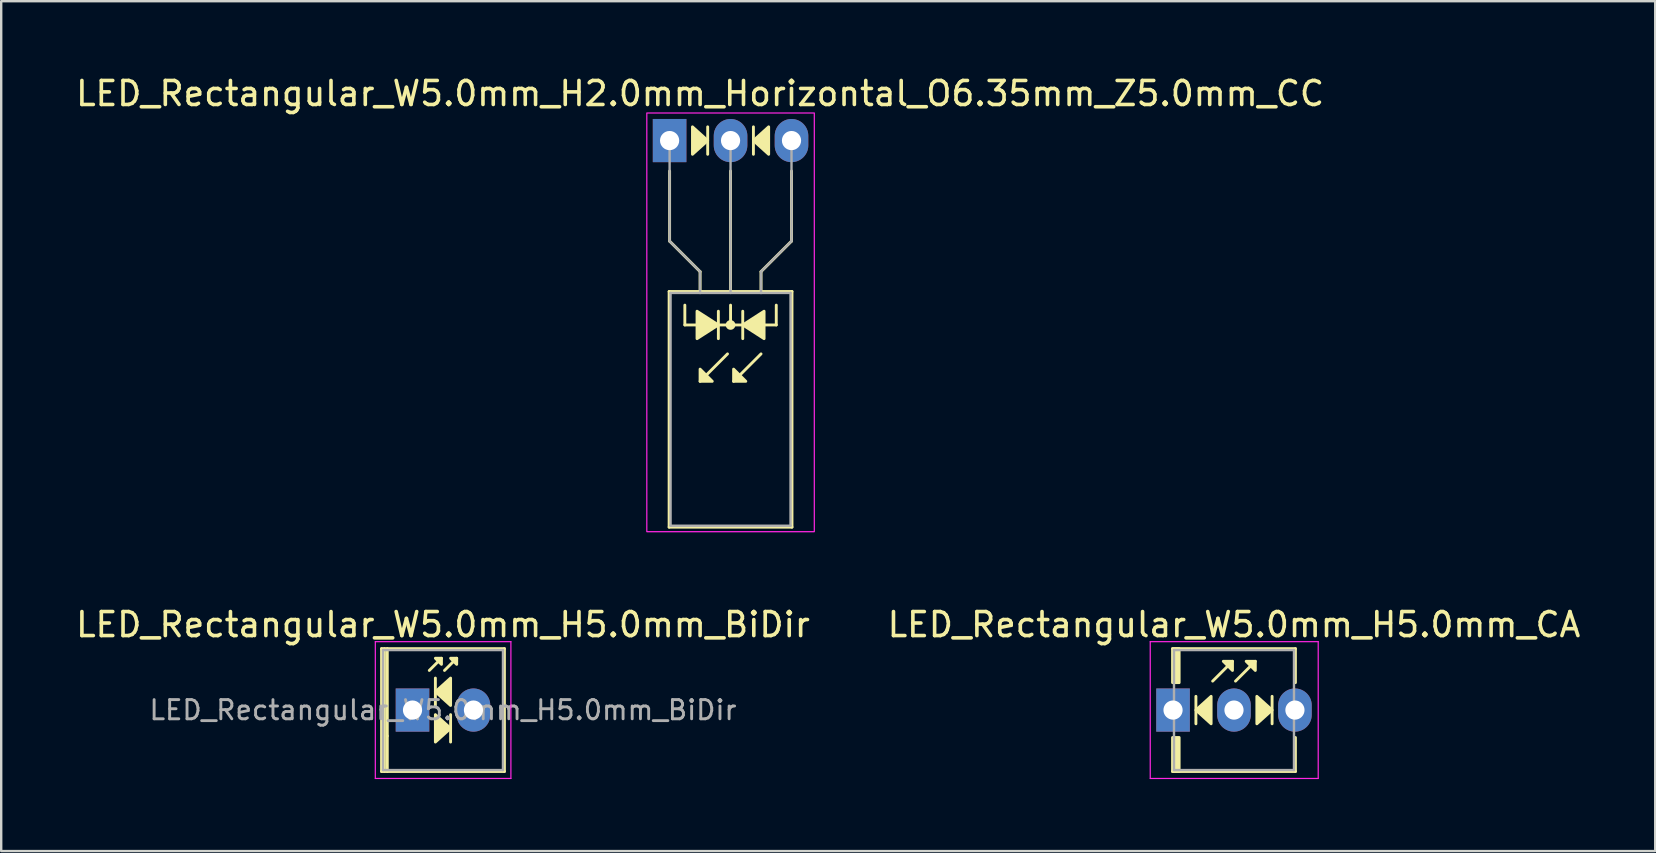
<source format=kicad_pcb>
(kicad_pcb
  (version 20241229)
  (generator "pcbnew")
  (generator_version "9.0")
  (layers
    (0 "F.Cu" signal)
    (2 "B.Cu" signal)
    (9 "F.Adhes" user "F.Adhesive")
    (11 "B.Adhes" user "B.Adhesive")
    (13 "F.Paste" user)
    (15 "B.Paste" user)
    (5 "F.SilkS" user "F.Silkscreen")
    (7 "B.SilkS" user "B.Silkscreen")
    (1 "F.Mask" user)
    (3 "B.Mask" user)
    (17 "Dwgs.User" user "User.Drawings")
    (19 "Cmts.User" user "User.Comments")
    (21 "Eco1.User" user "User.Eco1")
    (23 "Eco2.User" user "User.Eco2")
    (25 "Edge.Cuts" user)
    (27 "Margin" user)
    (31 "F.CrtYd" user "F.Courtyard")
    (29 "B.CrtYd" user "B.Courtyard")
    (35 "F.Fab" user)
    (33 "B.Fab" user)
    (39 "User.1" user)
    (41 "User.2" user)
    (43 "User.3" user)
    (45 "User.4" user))
  (footprint "LED_Rectangular_W5.0mm_H2.0mm_Horizontal_O6.35mm_Z5.0mm_CC"
    (layer "F.Cu")
    (at 24.855 2.808)
    (property "Reference" "LED_Rectangular_W5.0mm_H2.0mm_Horizontal_O6.35mm_Z5.0mm_CC" (at 1.27 -1.96 0) (layer "F.SilkS") (effects (font (size 1 1) (thickness 0.15))))
    (fp_line (start -0.02 6.29) (end -0.02 16.11) (stroke (width 0.12) (type solid)) (layer "F.SilkS"))
    (fp_line (start -0.02 16.11) (end 5.1 16.11) (stroke (width 0.12) (type solid)) (layer "F.SilkS"))
    (fp_line (start 0 1.27) (end 0 4.191) (stroke (width 0.12) (type default)) (layer "F.SilkS"))
    (fp_line (start 0 4.191) (end 1.27 5.461) (stroke (width 0.12) (type default)) (layer "F.SilkS"))
    (fp_line (start 0.635 7.684) (end 0.635 6.858) (stroke (width 0.12) (type default)) (layer "F.SilkS"))
    (fp_line (start 0.635 7.684) (end 4.445 7.684) (stroke (width 0.12) (type default)) (layer "F.SilkS"))
    (fp_line (start 1.27 5.461) (end 1.27 6.29) (stroke (width 0.12) (type default)) (layer "F.SilkS"))
    (fp_line (start 1.27 6.29) (end 1.27 6.29) (stroke (width 0.12) (type solid)) (layer "F.SilkS"))
    (fp_line (start 1.587 0.572) (end 1.587 -0.572) (stroke (width 0.12) (type solid)) (layer "F.SilkS"))
    (fp_line (start 2.032 8.255) (end 2.032 7.112) (stroke (width 0.12) (type solid)) (layer "F.SilkS"))
    (fp_line (start 2.413 8.89) (end 1.27 10.033) (stroke (width 0.12) (type solid)) (layer "F.SilkS"))
    (fp_line (start 2.54 6.29) (end 2.54 1.27) (stroke (width 0.12) (type default)) (layer "F.SilkS"))
    (fp_line (start 2.54 7.684) (end 2.54 6.858) (stroke (width 0.12) (type default)) (layer "F.SilkS"))
    (fp_line (start 3.048 7.112) (end 3.048 8.255) (stroke (width 0.12) (type solid)) (layer "F.SilkS"))
    (fp_line (start 3.493 -0.572) (end 3.493 0.572) (stroke (width 0.12) (type solid)) (layer "F.SilkS"))
    (fp_line (start 3.81 5.461) (end 3.81 6.29) (stroke (width 0.12) (type default)) (layer "F.SilkS"))
    (fp_line (start 3.81 6.29) (end 3.81 6.29) (stroke (width 0.12) (type solid)) (layer "F.SilkS"))
    (fp_line (start 3.81 8.89) (end 2.667 10.033) (stroke (width 0.12) (type solid)) (layer "F.SilkS"))
    (fp_line (start 4.445 7.684) (end 4.445 6.858) (stroke (width 0.12) (type default)) (layer "F.SilkS"))
    (fp_line (start 5.08 1.27) (end 5.08 4.191) (stroke (width 0.12) (type default)) (layer "F.SilkS"))
    (fp_line (start 5.08 4.191) (end 3.81 5.461) (stroke (width 0.12) (type default)) (layer "F.SilkS"))
    (fp_line (start 5.1 6.29) (end -0.02 6.29) (stroke (width 0.12) (type solid)) (layer "F.SilkS"))
    (fp_line (start 5.1 16.11) (end 5.1 6.29) (stroke (width 0.12) (type solid)) (layer "F.SilkS"))
    (fp_circle (center 2.54 7.684) (end 2.682 7.684) (stroke (width 0.12) (type solid)) (fill yes) (layer "F.SilkS"))
    (fp_poly (pts (xy 0.953 -0.572) (xy 1.587 0) (xy 0.953 0.572)) (stroke (width 0.12) (type solid)) (fill yes) (layer "F.SilkS"))
    (fp_poly (pts (xy 1.143 7.112) (xy 2.032 7.684) (xy 1.143 8.255)) (stroke (width 0.12) (type solid)) (fill yes) (layer "F.SilkS"))
    (fp_poly (pts (xy 1.27 9.525) (xy 1.778 10.033) (xy 1.27 10.033)) (stroke (width 0.12) (type solid)) (fill yes) (layer "F.SilkS"))
    (fp_poly (pts (xy 2.667 9.525) (xy 3.175 10.033) (xy 2.667 10.033)) (stroke (width 0.12) (type solid)) (fill yes) (layer "F.SilkS"))
    (fp_poly (pts (xy 3.937 8.255) (xy 3.048 7.684) (xy 3.937 7.112)) (stroke (width 0.12) (type solid)) (fill yes) (layer "F.SilkS"))
    (fp_poly (pts (xy 4.128 0.572) (xy 3.493 0) (xy 4.128 -0.572)) (stroke (width 0.12) (type solid)) (fill yes) (layer "F.SilkS"))
    (fp_rect (start -0.95 -1.15) (end 6.03 16.3) (stroke (width 0.05) (type default)) (fill no) (layer "F.CrtYd"))
    (fp_line (start 0 0) (end 0 0) (stroke (width 0.1) (type solid)) (layer "F.Fab"))
    (fp_line (start 0 4.191) (end 0 0) (stroke (width 0.1) (type default)) (layer "F.Fab"))
    (fp_line (start 0.04 6.35) (end 0.04 16.05) (stroke (width 0.1) (type solid)) (layer "F.Fab"))
    (fp_line (start 0.04 16.05) (end 5.04 16.05) (stroke (width 0.1) (type solid)) (layer "F.Fab"))
    (fp_line (start 1.27 5.461) (end 0 4.191) (stroke (width 0.1) (type default)) (layer "F.Fab"))
    (fp_line (start 1.27 5.461) (end 1.27 6.35) (stroke (width 0.1) (type default)) (layer "F.Fab"))
    (fp_line (start 1.27 6.35) (end 1.27 6.35) (stroke (width 0.1) (type solid)) (layer "F.Fab"))
    (fp_line (start 2.54 0) (end 2.54 0) (stroke (width 0.1) (type solid)) (layer "F.Fab"))
    (fp_line (start 2.54 0) (end 2.54 6.35) (stroke (width 0.1) (type default)) (layer "F.Fab"))
    (fp_line (start 3.81 5.461) (end 3.81 6.35) (stroke (width 0.1) (type default)) (layer "F.Fab"))
    (fp_line (start 3.81 5.461) (end 5.08 4.191) (stroke (width 0.1) (type default)) (layer "F.Fab"))
    (fp_line (start 3.81 6.35) (end 3.81 6.35) (stroke (width 0.1) (type solid)) (layer "F.Fab"))
    (fp_line (start 5.04 6.35) (end 0.04 6.35) (stroke (width 0.1) (type solid)) (layer "F.Fab"))
    (fp_line (start 5.04 16.05) (end 5.04 6.35) (stroke (width 0.1) (type solid)) (layer "F.Fab"))
    (fp_line (start 5.08 4.191) (end 5.08 0) (stroke (width 0.1) (type default)) (layer "F.Fab"))
    (pad "1" thru_hole rect (at 0 0) (size 1.4 1.8) (drill 0.8) (layers "*.Cu" "*.Mask"))
    (pad "2" thru_hole oval (at 2.54 0) (size 1.4 1.8) (drill 0.8) (layers "*.Cu" "*.Mask"))
    (pad "3" thru_hole oval (at 5.08 0) (size 1.4 1.8) (drill 0.8) (layers "*.Cu" "*.Mask")))
  (footprint "LED_Rectangular_W5.0mm_H5.0mm_CA"
    (layer "F.Cu")
    (at 45.835 26.541)
    (property "Reference" "LED_Rectangular_W5.0mm_H5.0mm_CA" (at 2.54 -3.56 0) (layer "F.SilkS") (effects (font (size 1 1) (thickness 0.15))))
    (fp_line (start -0.02 -2.56) (end 5.1 -2.56) (stroke (width 0.12) (type solid)) (layer "F.SilkS"))
    (fp_line (start -0.02 2.56) (end 5.1 2.56) (stroke (width 0.12) (type solid)) (layer "F.SilkS"))
    (fp_line (start 0.953 -0.572) (end 0.953 0.572) (stroke (width 0.12) (type solid)) (layer "F.SilkS"))
    (fp_line (start 1.651 -1.206) (end 2.477 -2.032) (stroke (width 0.12) (type solid)) (layer "F.SilkS"))
    (fp_line (start 2.603 -1.206) (end 3.429 -2.032) (stroke (width 0.12) (type solid)) (layer "F.SilkS"))
    (fp_line (start 4.128 0.572) (end 4.128 -0.572) (stroke (width 0.12) (type solid)) (layer "F.SilkS"))
    (fp_line (start 5.1 -2.56) (end 5.1 -1.143) (stroke (width 0.12) (type solid)) (layer "F.SilkS"))
    (fp_line (start 5.1 1.143) (end 5.1 2.56) (stroke (width 0.12) (type solid)) (layer "F.SilkS"))
    (fp_rect (start -0.02 -2.56) (end 0.254 -1.143) (stroke (width 0.12) (type solid)) (fill yes) (layer "F.SilkS"))
    (fp_rect (start -0.02 1.143) (end 0.254 2.56) (stroke (width 0.12) (type solid)) (fill yes) (layer "F.SilkS"))
    (fp_poly (pts (xy 1.587 0.572) (xy 0.953 0) (xy 1.587 -0.572)) (stroke (width 0.12) (type solid)) (fill yes) (layer "F.SilkS"))
    (fp_poly (pts (xy 2.477 -1.651) (xy 2.095 -2.032) (xy 2.477 -2.032)) (stroke (width 0.12) (type solid)) (fill yes) (layer "F.SilkS"))
    (fp_poly (pts (xy 3.429 -1.651) (xy 3.048 -2.032) (xy 3.429 -2.032)) (stroke (width 0.12) (type solid)) (fill yes) (layer "F.SilkS"))
    (fp_poly (pts (xy 3.493 -0.572) (xy 4.128 0) (xy 3.493 0.572)) (stroke (width 0.12) (type solid)) (fill yes) (layer "F.SilkS"))
    (fp_line (start -0.95 -2.85) (end -0.95 2.85) (stroke (width 0.05) (type solid)) (layer "F.CrtYd"))
    (fp_line (start -0.95 2.85) (end 6.05 2.85) (stroke (width 0.05) (type solid)) (layer "F.CrtYd"))
    (fp_line (start 6.05 -2.85) (end -0.95 -2.85) (stroke (width 0.05) (type solid)) (layer "F.CrtYd"))
    (fp_line (start 6.05 2.85) (end 6.05 -2.85) (stroke (width 0.05) (type solid)) (layer "F.CrtYd"))
    (fp_line (start 0.04 -2.5) (end 0.04 2.5) (stroke (width 0.1) (type solid)) (layer "F.Fab"))
    (fp_line (start 0.04 2.5) (end 5.04 2.5) (stroke (width 0.1) (type solid)) (layer "F.Fab"))
    (fp_line (start 5.04 -2.5) (end 0.04 -2.5) (stroke (width 0.1) (type solid)) (layer "F.Fab"))
    (fp_line (start 5.04 2.5) (end 5.04 -2.5) (stroke (width 0.1) (type solid)) (layer "F.Fab"))
    (pad "1" thru_hole rect (at 0 0) (size 1.4 1.8) (drill 0.8) (layers "*.Cu" "*.Mask"))
    (pad "2" thru_hole oval (at 2.54 0) (size 1.4 1.8) (drill 0.8) (layers "*.Cu" "*.Mask"))
    (pad "3" thru_hole oval (at 5.08 0) (size 1.4 1.8) (drill 0.8) (layers "*.Cu" "*.Mask")))
  (footprint "LED_Rectangular_W5.0mm_H5.0mm_BiDir"
    (layer "F.Cu")
    (at 14.141 26.541)
    (property "Reference" "LED_Rectangular_W5.0mm_H5.0mm_BiDir" (at 1.27 -3.56 0) (layer "F.SilkS") (effects (font (size 1 1) (thickness 0.15))))
    (fp_line (start -1.29 -2.56) (end -1.29 2.56) (stroke (width 0.12) (type solid)) (layer "F.SilkS"))
    (fp_line (start -1.29 -2.56) (end 3.83 -2.56) (stroke (width 0.12) (type solid)) (layer "F.SilkS"))
    (fp_line (start -1.29 2.56) (end 3.83 2.56) (stroke (width 0.12) (type solid)) (layer "F.SilkS"))
    (fp_line (start -1.17 -2.56) (end -1.17 2.56) (stroke (width 0.12) (type solid)) (layer "F.SilkS"))
    (fp_line (start -1.051 -2.56) (end -1.051 1.08) (stroke (width 0.12) (type solid)) (layer "F.SilkS"))
    (fp_line (start -1.051 1.08) (end -1.051 2.56) (stroke (width 0.12) (type solid)) (layer "F.SilkS"))
    (fp_line (start 0.699 -1.651) (end 1.206 -2.159) (stroke (width 0.12) (type solid)) (layer "F.SilkS"))
    (fp_line (start 0.953 -1.333) (end 0.953 -0.191) (stroke (width 0.12) (type solid)) (layer "F.SilkS"))
    (fp_line (start 1.333 -1.651) (end 1.841 -2.159) (stroke (width 0.12) (type solid)) (layer "F.SilkS"))
    (fp_line (start 1.587 1.333) (end 1.587 0.191) (stroke (width 0.12) (type solid)) (layer "F.SilkS"))
    (fp_line (start 3.83 -2.56) (end 3.83 2.56) (stroke (width 0.12) (type solid)) (layer "F.SilkS"))
    (fp_poly (pts (xy 0.953 0.191) (xy 1.587 0.762) (xy 0.953 1.333)) (stroke (width 0.12) (type solid)) (fill yes) (layer "F.SilkS"))
    (fp_poly (pts (xy 1.206 -1.905) (xy 0.953 -2.159) (xy 1.206 -2.159)) (stroke (width 0.12) (type solid)) (fill yes) (layer "F.SilkS"))
    (fp_poly (pts (xy 1.587 -0.191) (xy 0.953 -0.762) (xy 1.587 -1.333)) (stroke (width 0.12) (type solid)) (fill yes) (layer "F.SilkS"))
    (fp_poly (pts (xy 1.841 -1.905) (xy 1.587 -2.159) (xy 1.841 -2.159)) (stroke (width 0.12) (type solid)) (fill yes) (layer "F.SilkS"))
    (fp_line (start -1.55 -2.85) (end -1.55 2.85) (stroke (width 0.05) (type solid)) (layer "F.CrtYd"))
    (fp_line (start -1.55 2.85) (end 4.1 2.85) (stroke (width 0.05) (type solid)) (layer "F.CrtYd"))
    (fp_line (start 4.1 -2.85) (end -1.55 -2.85) (stroke (width 0.05) (type solid)) (layer "F.CrtYd"))
    (fp_line (start 4.1 2.85) (end 4.1 -2.85) (stroke (width 0.05) (type solid)) (layer "F.CrtYd"))
    (fp_line (start -1.23 -2.5) (end -1.23 2.5) (stroke (width 0.1) (type solid)) (layer "F.Fab"))
    (fp_line (start -1.23 2.5) (end 3.77 2.5) (stroke (width 0.1) (type solid)) (layer "F.Fab"))
    (fp_line (start 3.77 -2.5) (end -1.23 -2.5) (stroke (width 0.1) (type solid)) (layer "F.Fab"))
    (fp_line (start 3.77 2.5) (end 3.77 -2.5) (stroke (width 0.1) (type solid)) (layer "F.Fab"))
    (fp_text user "${REFERENCE}" (at 1.27 0 0) (layer "F.Fab") (effects (font (size 0.8 0.8) (thickness 0.12))))
    (pad "1" thru_hole rect (at 0 0) (size 1.4 1.8) (drill 0.8) (layers "*.Cu" "*.Mask"))
    (pad "2" thru_hole oval (at 2.54 0) (size 1.4 1.8) (drill 0.8) (layers "*.Cu" "*.Mask")))
  (gr_rect
    (start -3 -3)
    (end 65.929 32.416)
    (stroke (width 0.1) (type default))
    (fill no)
    (layer "Edge.Cuts")))
</source>
